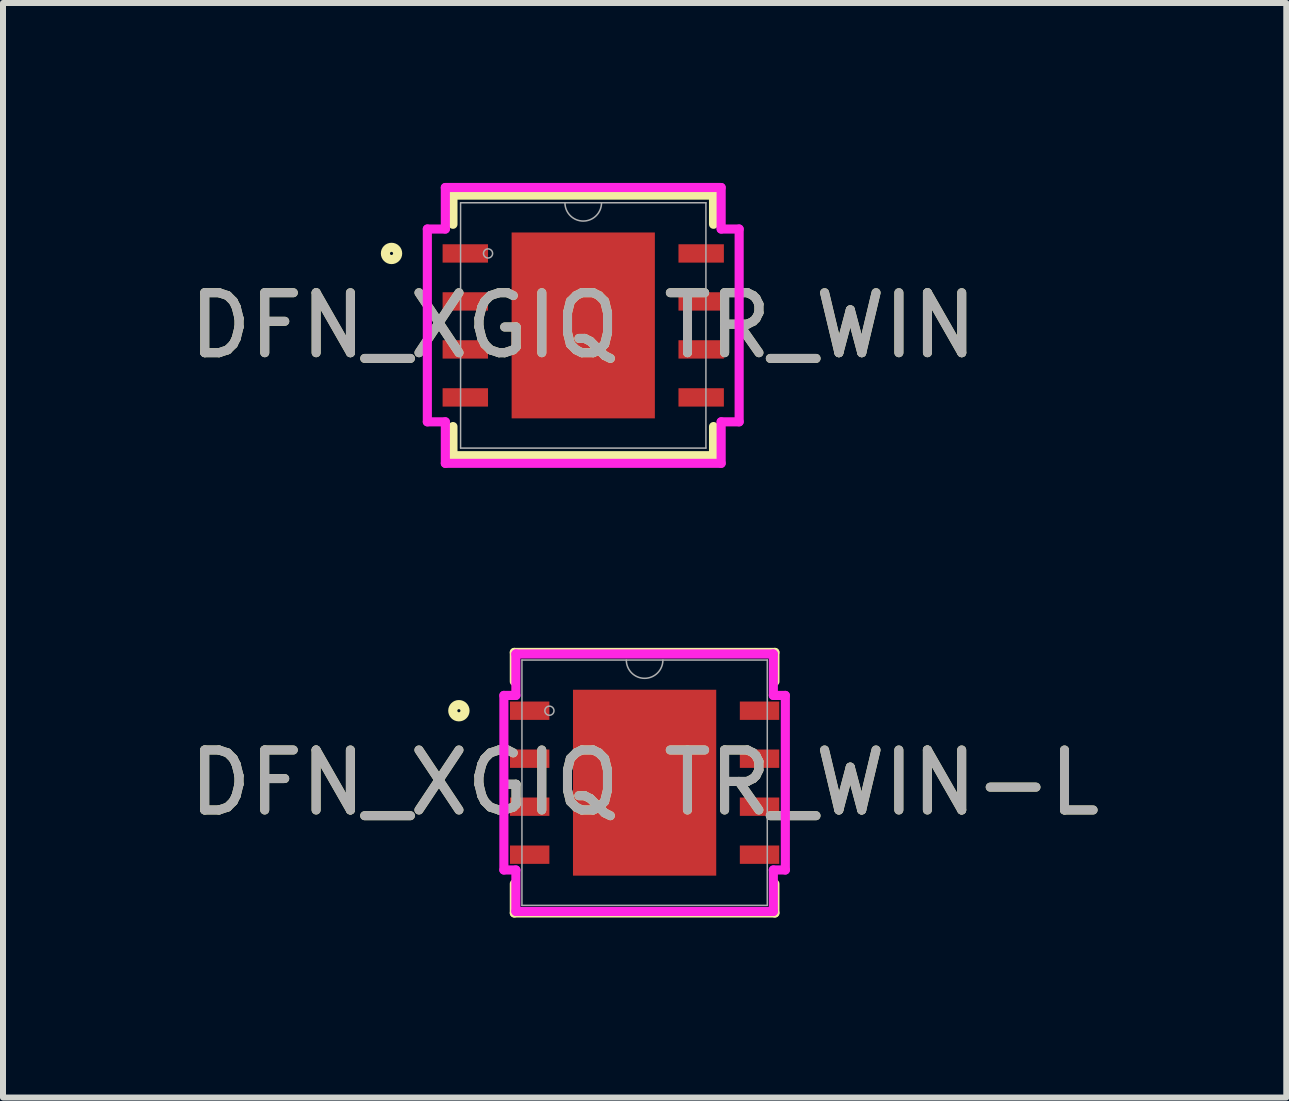
<source format=kicad_pcb>
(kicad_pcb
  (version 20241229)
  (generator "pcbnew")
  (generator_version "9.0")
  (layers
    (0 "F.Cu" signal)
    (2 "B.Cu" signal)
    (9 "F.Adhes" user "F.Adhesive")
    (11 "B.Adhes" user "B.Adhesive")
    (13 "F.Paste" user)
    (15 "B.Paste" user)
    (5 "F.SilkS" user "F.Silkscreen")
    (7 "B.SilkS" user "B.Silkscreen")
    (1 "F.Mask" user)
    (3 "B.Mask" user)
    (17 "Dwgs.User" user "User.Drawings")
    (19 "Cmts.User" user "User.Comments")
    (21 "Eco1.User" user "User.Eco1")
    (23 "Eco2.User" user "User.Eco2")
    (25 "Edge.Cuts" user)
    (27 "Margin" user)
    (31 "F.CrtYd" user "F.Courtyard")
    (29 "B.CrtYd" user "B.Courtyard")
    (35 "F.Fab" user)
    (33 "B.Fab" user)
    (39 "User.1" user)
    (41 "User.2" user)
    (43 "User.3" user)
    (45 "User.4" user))
  (footprint "DFN_XGIQ TR_WIN-L"
    (layer "F.Cu")
    (at 7.696 9.998)
    (property "Reference" "DFN_XGIQ TR_WIN-L" (at 0 0 0) (unlocked yes) (layer "F.SilkS") (effects (font (size 1 1) (thickness 0.15))))
    (attr smd)
    (fp_line (start -2.172 -2.172) (end -2.172 -1.686) (stroke (width 0.152) (type solid)) (layer "F.SilkS"))
    (fp_line (start -2.172 1.686) (end -2.172 2.172) (stroke (width 0.152) (type solid)) (layer "F.SilkS"))
    (fp_line (start -2.172 2.172) (end 2.172 2.172) (stroke (width 0.152) (type solid)) (layer "F.SilkS"))
    (fp_line (start 2.172 -2.172) (end -2.172 -2.172) (stroke (width 0.152) (type solid)) (layer "F.SilkS"))
    (fp_line (start 2.172 -1.686) (end 2.172 -2.172) (stroke (width 0.152) (type solid)) (layer "F.SilkS"))
    (fp_line (start 2.172 2.172) (end 2.172 1.686) (stroke (width 0.152) (type solid)) (layer "F.SilkS"))
    (fp_circle (center -3.096 -1.2) (end -2.994 -1.2) (stroke (width 0.152) (type solid)) (fill no) (layer "F.SilkS"))
    (fp_poly (pts (xy -1.094 -1.449) (xy -1.094 -0.1) (xy 1.094 -0.1) (xy 1.094 -1.449)) (stroke (width 0) (type solid)) (fill yes) (layer "F.Paste"))
    (fp_poly (pts (xy -1.094 0.1) (xy -1.094 1.449) (xy 1.094 1.449) (xy 1.094 0.1)) (stroke (width 0) (type solid)) (fill yes) (layer "F.Paste"))
    (fp_line (start -2.346 -1.455) (end -2.146 -1.455) (stroke (width 0.152) (type solid)) (layer "F.CrtYd"))
    (fp_line (start -2.346 1.455) (end -2.346 -1.455) (stroke (width 0.152) (type solid)) (layer "F.CrtYd"))
    (fp_line (start -2.346 1.455) (end -2.146 1.455) (stroke (width 0.152) (type solid)) (layer "F.CrtYd"))
    (fp_line (start -2.146 -2.146) (end 2.146 -2.146) (stroke (width 0.152) (type solid)) (layer "F.CrtYd"))
    (fp_line (start -2.146 -1.455) (end -2.146 -2.146) (stroke (width 0.152) (type solid)) (layer "F.CrtYd"))
    (fp_line (start -2.146 2.146) (end -2.146 1.455) (stroke (width 0.152) (type solid)) (layer "F.CrtYd"))
    (fp_line (start 2.146 -2.146) (end 2.146 -1.455) (stroke (width 0.152) (type solid)) (layer "F.CrtYd"))
    (fp_line (start 2.146 1.455) (end 2.146 2.146) (stroke (width 0.152) (type solid)) (layer "F.CrtYd"))
    (fp_line (start 2.146 2.146) (end -2.146 2.146) (stroke (width 0.152) (type solid)) (layer "F.CrtYd"))
    (fp_line (start 2.346 -1.455) (end 2.146 -1.455) (stroke (width 0.152) (type solid)) (layer "F.CrtYd"))
    (fp_line (start 2.346 -1.455) (end 2.346 1.455) (stroke (width 0.152) (type solid)) (layer "F.CrtYd"))
    (fp_line (start 2.346 1.455) (end 2.146 1.455) (stroke (width 0.152) (type solid)) (layer "F.CrtYd"))
    (fp_line (start -2.045 -2.045) (end -2.045 2.045) (stroke (width 0.025) (type solid)) (layer "F.Fab"))
    (fp_line (start -2.045 2.045) (end 2.045 2.045) (stroke (width 0.025) (type solid)) (layer "F.Fab"))
    (fp_line (start 2.045 -2.045) (end -2.045 -2.045) (stroke (width 0.025) (type solid)) (layer "F.Fab"))
    (fp_line (start 2.045 2.045) (end 2.045 -2.045) (stroke (width 0.025) (type solid)) (layer "F.Fab"))
    (fp_arc (start 0.3048 -2.0447) (mid 0 -1.7399) (end -0.3048 -2.0447) (stroke (width 0.0254) (type solid)) (layer "F.Fab"))
    (fp_circle (center -1.587 -1.2) (end -1.511 -1.2) (stroke (width 0.025) (type solid)) (fill no) (layer "F.Fab"))
    (fp_text user "${REFERENCE}" (at 0 0 0) (unlocked yes) (layer "F.Fab") (effects (font (size 1 1) (thickness 0.15))))
    (pad "1" smd rect (at -1.916 -1.2) (size 0.657 0.306) (layers "F.Cu" "F.Mask" "F.Paste"))
    (pad "2" smd rect (at -1.916 -0.4) (size 0.657 0.306) (layers "F.Cu" "F.Mask" "F.Paste"))
    (pad "3" smd rect (at -1.916 0.4) (size 0.657 0.306) (layers "F.Cu" "F.Mask" "F.Paste"))
    (pad "4" smd rect (at -1.916 1.2) (size 0.657 0.306) (layers "F.Cu" "F.Mask" "F.Paste"))
    (pad "5" smd rect (at 1.916 1.2) (size 0.657 0.306) (layers "F.Cu" "F.Mask" "F.Paste"))
    (pad "6" smd rect (at 1.916 0.4) (size 0.657 0.306) (layers "F.Cu" "F.Mask" "F.Paste"))
    (pad "7" smd rect (at 1.916 -0.4) (size 0.657 0.306) (layers "F.Cu" "F.Mask" "F.Paste"))
    (pad "8" smd rect (at 1.916 -1.2) (size 0.657 0.306) (layers "F.Cu" "F.Mask" "F.Paste"))
    (pad "9" smd rect (at 0 0) (size 2.388 3.099) (layers "F.Cu" "F.Mask" "F.Paste")))
  (footprint "DFN_XGIQ TR_WIN"
    (layer "F.Cu")
    (at 6.673 2.375)
    (property "Reference" "DFN_XGIQ TR_WIN" (at 0 0 0) (unlocked yes) (layer "F.SilkS") (effects (font (size 1 1) (thickness 0.15))))
    (attr smd)
    (fp_line (start -2.172 -2.172) (end -2.172 -1.686) (stroke (width 0.152) (type solid)) (layer "F.SilkS"))
    (fp_line (start -2.172 1.686) (end -2.172 2.172) (stroke (width 0.152) (type solid)) (layer "F.SilkS"))
    (fp_line (start -2.172 2.172) (end 2.172 2.172) (stroke (width 0.152) (type solid)) (layer "F.SilkS"))
    (fp_line (start 2.172 -2.172) (end -2.172 -2.172) (stroke (width 0.152) (type solid)) (layer "F.SilkS"))
    (fp_line (start 2.172 -1.686) (end 2.172 -2.172) (stroke (width 0.152) (type solid)) (layer "F.SilkS"))
    (fp_line (start 2.172 2.172) (end 2.172 1.686) (stroke (width 0.152) (type solid)) (layer "F.SilkS"))
    (fp_circle (center -3.196 -1.2) (end -3.094 -1.2) (stroke (width 0.152) (type solid)) (fill no) (layer "F.SilkS"))
    (fp_poly (pts (xy -1.094 -1.449) (xy -1.094 -0.1) (xy 1.094 -0.1) (xy 1.094 -1.449)) (stroke (width 0) (type solid)) (fill yes) (layer "F.Paste"))
    (fp_poly (pts (xy -1.094 0.1) (xy -1.094 1.449) (xy 1.094 1.449) (xy 1.094 0.1)) (stroke (width 0) (type solid)) (fill yes) (layer "F.Paste"))
    (fp_line (start -2.599 -1.607) (end -2.299 -1.607) (stroke (width 0.152) (type solid)) (layer "F.CrtYd"))
    (fp_line (start -2.599 1.607) (end -2.599 -1.607) (stroke (width 0.152) (type solid)) (layer "F.CrtYd"))
    (fp_line (start -2.599 1.607) (end -2.299 1.607) (stroke (width 0.152) (type solid)) (layer "F.CrtYd"))
    (fp_line (start -2.299 -2.299) (end 2.299 -2.299) (stroke (width 0.152) (type solid)) (layer "F.CrtYd"))
    (fp_line (start -2.299 -1.607) (end -2.299 -2.299) (stroke (width 0.152) (type solid)) (layer "F.CrtYd"))
    (fp_line (start -2.299 2.299) (end -2.299 1.607) (stroke (width 0.152) (type solid)) (layer "F.CrtYd"))
    (fp_line (start 2.299 -2.299) (end 2.299 -1.607) (stroke (width 0.152) (type solid)) (layer "F.CrtYd"))
    (fp_line (start 2.299 1.607) (end 2.299 2.299) (stroke (width 0.152) (type solid)) (layer "F.CrtYd"))
    (fp_line (start 2.299 2.299) (end -2.299 2.299) (stroke (width 0.152) (type solid)) (layer "F.CrtYd"))
    (fp_line (start 2.599 -1.607) (end 2.299 -1.607) (stroke (width 0.152) (type solid)) (layer "F.CrtYd"))
    (fp_line (start 2.599 -1.607) (end 2.599 1.607) (stroke (width 0.152) (type solid)) (layer "F.CrtYd"))
    (fp_line (start 2.599 1.607) (end 2.299 1.607) (stroke (width 0.152) (type solid)) (layer "F.CrtYd"))
    (fp_line (start -2.045 -2.045) (end -2.045 2.045) (stroke (width 0.025) (type solid)) (layer "F.Fab"))
    (fp_line (start -2.045 2.045) (end 2.045 2.045) (stroke (width 0.025) (type solid)) (layer "F.Fab"))
    (fp_line (start 2.045 -2.045) (end -2.045 -2.045) (stroke (width 0.025) (type solid)) (layer "F.Fab"))
    (fp_line (start 2.045 2.045) (end 2.045 -2.045) (stroke (width 0.025) (type solid)) (layer "F.Fab"))
    (fp_arc (start 0.3048 -2.0447) (mid 0 -1.7399) (end -0.3048 -2.0447) (stroke (width 0.0254) (type solid)) (layer "F.Fab"))
    (fp_circle (center -1.587 -1.2) (end -1.511 -1.2) (stroke (width 0.025) (type solid)) (fill no) (layer "F.Fab"))
    (fp_text user "${REFERENCE}" (at 0 0 0) (unlocked yes) (layer "F.Fab") (effects (font (size 1 1) (thickness 0.15))))
    (pad "1" smd rect (at -1.966 -1.2) (size 0.757 0.306) (layers "F.Cu" "F.Mask" "F.Paste"))
    (pad "2" smd rect (at -1.966 -0.4) (size 0.757 0.306) (layers "F.Cu" "F.Mask" "F.Paste"))
    (pad "3" smd rect (at -1.966 0.4) (size 0.757 0.306) (layers "F.Cu" "F.Mask" "F.Paste"))
    (pad "4" smd rect (at -1.966 1.2) (size 0.757 0.306) (layers "F.Cu" "F.Mask" "F.Paste"))
    (pad "5" smd rect (at 1.966 1.2) (size 0.757 0.306) (layers "F.Cu" "F.Mask" "F.Paste"))
    (pad "6" smd rect (at 1.966 0.4) (size 0.757 0.306) (layers "F.Cu" "F.Mask" "F.Paste"))
    (pad "7" smd rect (at 1.966 -0.4) (size 0.757 0.306) (layers "F.Cu" "F.Mask" "F.Paste"))
    (pad "8" smd rect (at 1.966 -1.2) (size 0.757 0.306) (layers "F.Cu" "F.Mask" "F.Paste"))
    (pad "9" smd rect (at 0 0) (size 2.388 3.099) (layers "F.Cu" "F.Mask" "F.Paste")))
  (gr_rect
    (start -3 -3)
    (end 18.393 15.246)
    (stroke (width 0.1) (type default))
    (fill no)
    (layer "Edge.Cuts")))
</source>
